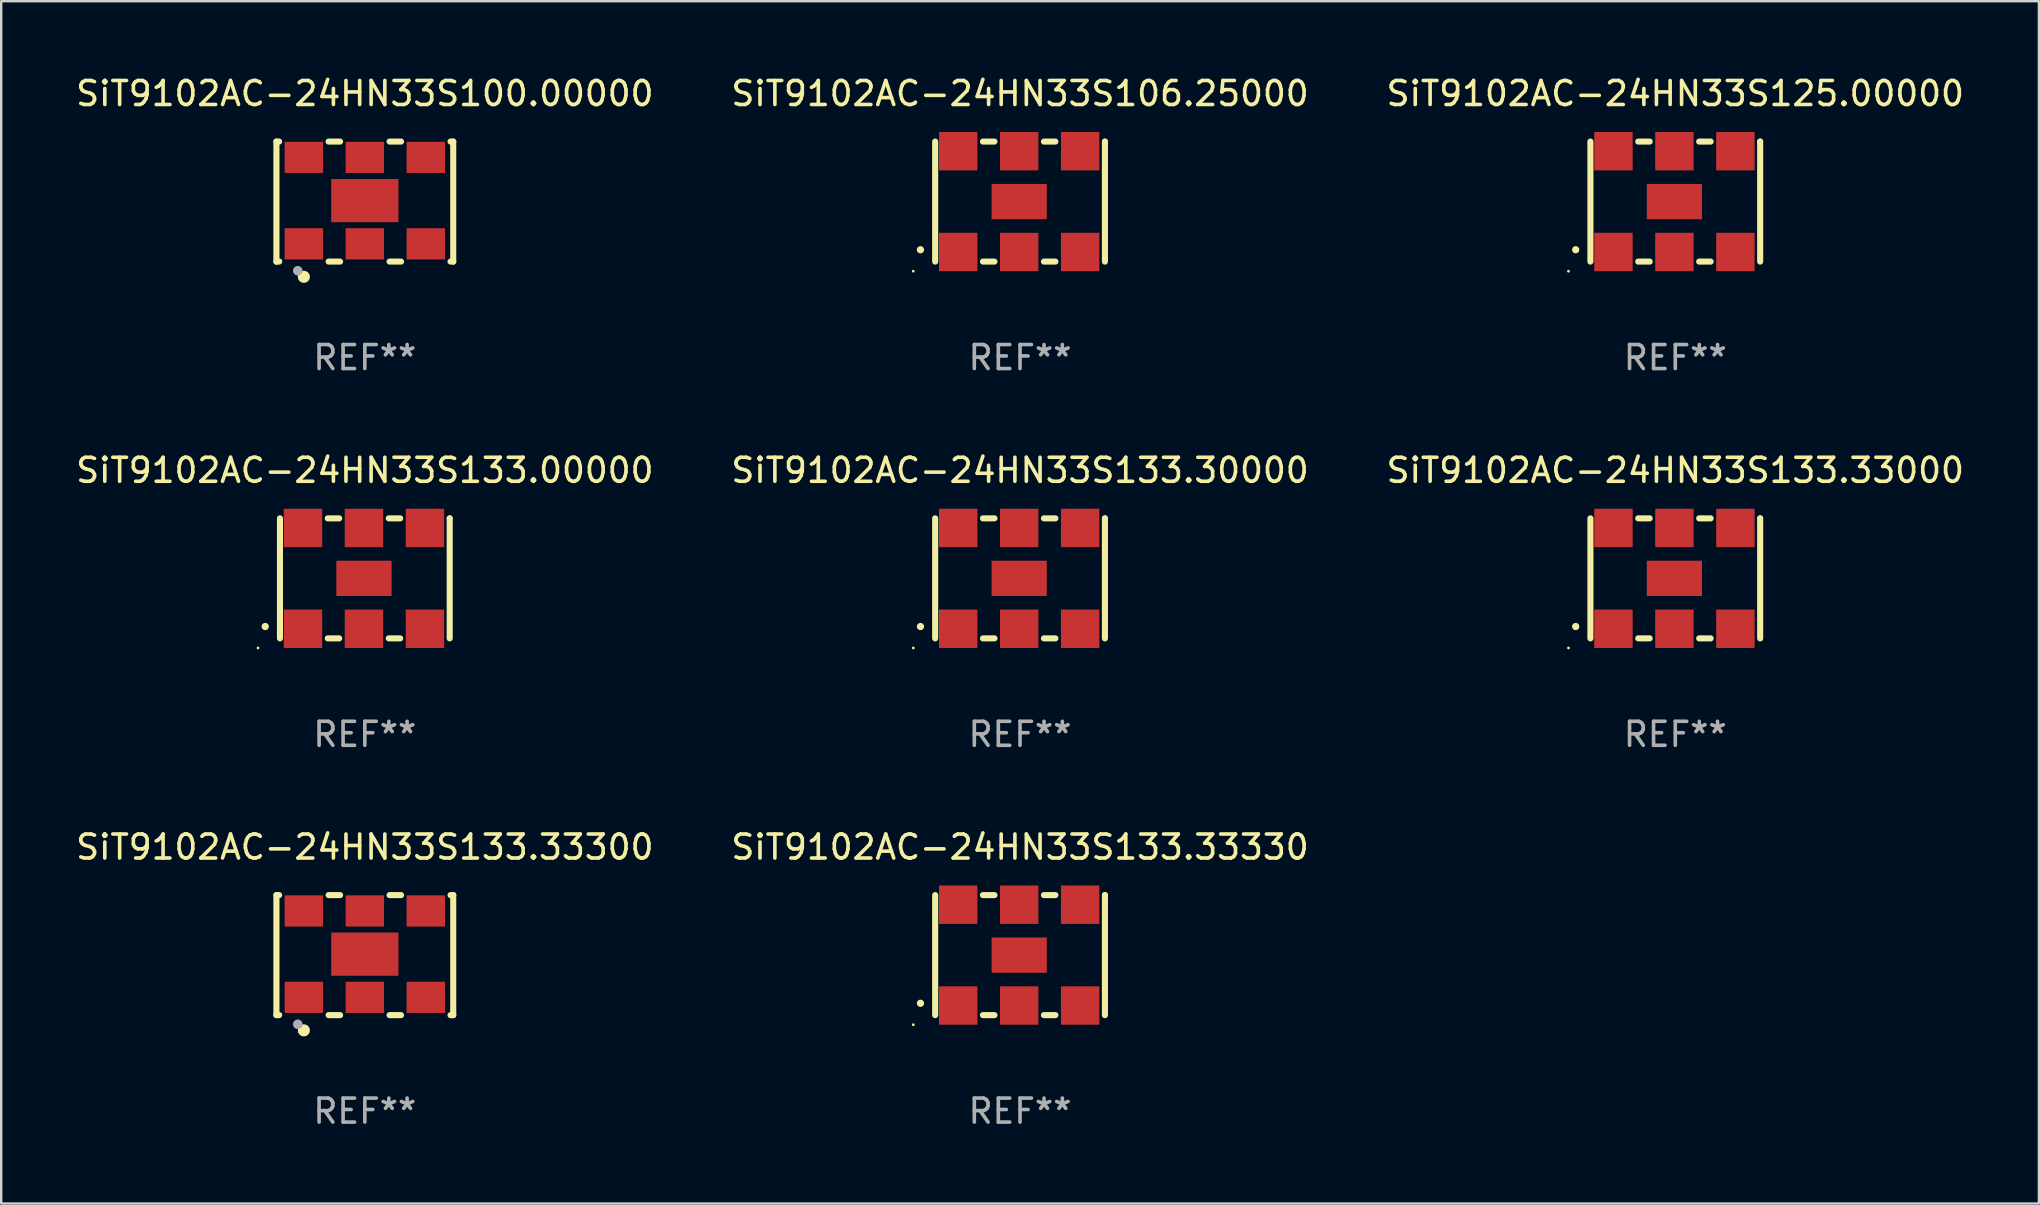
<source format=kicad_pcb>
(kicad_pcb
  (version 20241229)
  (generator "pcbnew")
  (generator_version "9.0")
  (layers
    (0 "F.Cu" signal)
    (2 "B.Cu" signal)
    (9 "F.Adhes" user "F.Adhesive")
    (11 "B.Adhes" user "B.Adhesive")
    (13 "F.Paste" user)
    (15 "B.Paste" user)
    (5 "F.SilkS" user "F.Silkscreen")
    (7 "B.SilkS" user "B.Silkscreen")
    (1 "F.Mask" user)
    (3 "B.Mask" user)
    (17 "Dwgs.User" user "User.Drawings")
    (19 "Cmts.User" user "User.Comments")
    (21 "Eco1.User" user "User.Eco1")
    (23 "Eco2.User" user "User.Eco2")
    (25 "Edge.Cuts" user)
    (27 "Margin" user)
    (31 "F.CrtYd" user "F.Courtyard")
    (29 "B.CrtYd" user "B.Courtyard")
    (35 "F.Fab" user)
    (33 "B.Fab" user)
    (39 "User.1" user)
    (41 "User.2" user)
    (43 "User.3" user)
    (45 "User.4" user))
  (footprint "SiT9102AC-24HN33S133.33330"
    (layer "F.Cu")
    (at 39.446 36.741)
    (property "Reference" "SiT9102AC-24HN33S133.33330" (at 0 -4.5 0) (layer "F.SilkS") (effects (font (size 1 1) (thickness 0.15))))
    (attr through_hole)
    (fp_line (start -3.536 -2.5) (end -3.536 2.5) (stroke (width 0.254) (type solid)) (layer "F.SilkS"))
    (fp_line (start -1.544 2.5) (end -1.067 2.5) (stroke (width 0.254) (type solid)) (layer "F.SilkS"))
    (fp_line (start -1.067 -2.5) (end -1.544 -2.5) (stroke (width 0.254) (type solid)) (layer "F.SilkS"))
    (fp_line (start 0.996 2.5) (end 1.473 2.5) (stroke (width 0.254) (type solid)) (layer "F.SilkS"))
    (fp_line (start 1.473 -2.5) (end 0.996 -2.5) (stroke (width 0.254) (type solid)) (layer "F.SilkS"))
    (fp_line (start 3.536 -2.5) (end 3.536 -2.5) (stroke (width 0.254) (type solid)) (layer "F.SilkS"))
    (fp_line (start 3.536 2.5) (end 3.536 -2.5) (stroke (width 0.254) (type solid)) (layer "F.SilkS"))
    (fp_arc (start -4.150432 2.006604) (mid -4.149162 2.006599) (end -4.147892 2.006604) (stroke (width 0.3) (type solid)) (layer "F.SilkS"))
    (fp_circle (center -4.449 2.9) (end -4.419 2.9) (stroke (width 0.06) (type solid)) (fill no) (layer "F.SilkS"))
    (fp_text user "REF**" (at 0 6.5 0) (layer "F.Fab") (effects (font (size 1 1) (thickness 0.15))))
    (pad "1" smd rect (at -2.576 2.1) (size 1.6 1.6) (layers "F.Cu" "F.Mask" "F.Paste"))
    (pad "2" smd rect (at -0.036 2.1) (size 1.6 1.6) (layers "F.Cu" "F.Mask" "F.Paste"))
    (pad "3" smd rect (at 2.504 2.1) (size 1.6 1.6) (layers "F.Cu" "F.Mask" "F.Paste"))
    (pad "4" smd rect (at 2.504 -2.1) (size 1.6 1.6) (layers "F.Cu" "F.Mask" "F.Paste"))
    (pad "5" smd rect (at -0.036 -2.1) (size 1.6 1.6) (layers "F.Cu" "F.Mask" "F.Paste"))
    (pad "6" smd rect (at -2.576 -2.1) (size 1.6 1.6) (layers "F.Cu" "F.Mask" "F.Paste"))
    (pad "7" smd rect (at -0.036 0) (size 2.3 1.47) (layers "F.Cu" "F.Mask" "F.Paste")))
  (footprint "SiT9102AC-24HN33S133.00000"
    (layer "F.Cu")
    (at 12.149 21.045)
    (property "Reference" "SiT9102AC-24HN33S133.00000" (at 0 -4.5 0) (layer "F.SilkS") (effects (font (size 1 1) (thickness 0.15))))
    (attr through_hole)
    (fp_line (start -3.536 -2.5) (end -3.536 2.5) (stroke (width 0.254) (type solid)) (layer "F.SilkS"))
    (fp_line (start -1.544 2.5) (end -1.067 2.5) (stroke (width 0.254) (type solid)) (layer "F.SilkS"))
    (fp_line (start -1.067 -2.5) (end -1.544 -2.5) (stroke (width 0.254) (type solid)) (layer "F.SilkS"))
    (fp_line (start 0.996 2.5) (end 1.473 2.5) (stroke (width 0.254) (type solid)) (layer "F.SilkS"))
    (fp_line (start 1.473 -2.5) (end 0.996 -2.5) (stroke (width 0.254) (type solid)) (layer "F.SilkS"))
    (fp_line (start 3.536 -2.5) (end 3.536 -2.5) (stroke (width 0.254) (type solid)) (layer "F.SilkS"))
    (fp_line (start 3.536 2.5) (end 3.536 -2.5) (stroke (width 0.254) (type solid)) (layer "F.SilkS"))
    (fp_arc (start -4.150432 2.006604) (mid -4.149162 2.006599) (end -4.147892 2.006604) (stroke (width 0.3) (type solid)) (layer "F.SilkS"))
    (fp_circle (center -4.449 2.9) (end -4.419 2.9) (stroke (width 0.06) (type solid)) (fill no) (layer "F.SilkS"))
    (fp_text user "REF**" (at 0 6.5 0) (layer "F.Fab") (effects (font (size 1 1) (thickness 0.15))))
    (pad "1" smd rect (at -2.576 2.1) (size 1.6 1.6) (layers "F.Cu" "F.Mask" "F.Paste"))
    (pad "2" smd rect (at -0.036 2.1) (size 1.6 1.6) (layers "F.Cu" "F.Mask" "F.Paste"))
    (pad "3" smd rect (at 2.504 2.1) (size 1.6 1.6) (layers "F.Cu" "F.Mask" "F.Paste"))
    (pad "4" smd rect (at 2.504 -2.1) (size 1.6 1.6) (layers "F.Cu" "F.Mask" "F.Paste"))
    (pad "5" smd rect (at -0.036 -2.1) (size 1.6 1.6) (layers "F.Cu" "F.Mask" "F.Paste"))
    (pad "6" smd rect (at -2.576 -2.1) (size 1.6 1.6) (layers "F.Cu" "F.Mask" "F.Paste"))
    (pad "7" smd rect (at -0.036 0) (size 2.3 1.47) (layers "F.Cu" "F.Mask" "F.Paste")))
  (footprint "SiT9102AC-24HN33S106.25000"
    (layer "F.Cu")
    (at 39.446 5.348)
    (property "Reference" "SiT9102AC-24HN33S106.25000" (at 0 -4.5 0) (layer "F.SilkS") (effects (font (size 1 1) (thickness 0.15))))
    (attr through_hole)
    (fp_line (start -3.536 -2.5) (end -3.536 2.5) (stroke (width 0.254) (type solid)) (layer "F.SilkS"))
    (fp_line (start -1.544 2.5) (end -1.067 2.5) (stroke (width 0.254) (type solid)) (layer "F.SilkS"))
    (fp_line (start -1.067 -2.5) (end -1.544 -2.5) (stroke (width 0.254) (type solid)) (layer "F.SilkS"))
    (fp_line (start 0.996 2.5) (end 1.473 2.5) (stroke (width 0.254) (type solid)) (layer "F.SilkS"))
    (fp_line (start 1.473 -2.5) (end 0.996 -2.5) (stroke (width 0.254) (type solid)) (layer "F.SilkS"))
    (fp_line (start 3.536 -2.5) (end 3.536 -2.5) (stroke (width 0.254) (type solid)) (layer "F.SilkS"))
    (fp_line (start 3.536 2.5) (end 3.536 -2.5) (stroke (width 0.254) (type solid)) (layer "F.SilkS"))
    (fp_arc (start -4.150432 2.006604) (mid -4.149162 2.006599) (end -4.147892 2.006604) (stroke (width 0.3) (type solid)) (layer "F.SilkS"))
    (fp_circle (center -4.449 2.9) (end -4.419 2.9) (stroke (width 0.06) (type solid)) (fill no) (layer "F.SilkS"))
    (fp_text user "REF**" (at 0 6.5 0) (layer "F.Fab") (effects (font (size 1 1) (thickness 0.15))))
    (pad "1" smd rect (at -2.576 2.1) (size 1.6 1.6) (layers "F.Cu" "F.Mask" "F.Paste"))
    (pad "2" smd rect (at -0.036 2.1) (size 1.6 1.6) (layers "F.Cu" "F.Mask" "F.Paste"))
    (pad "3" smd rect (at 2.504 2.1) (size 1.6 1.6) (layers "F.Cu" "F.Mask" "F.Paste"))
    (pad "4" smd rect (at 2.504 -2.1) (size 1.6 1.6) (layers "F.Cu" "F.Mask" "F.Paste"))
    (pad "5" smd rect (at -0.036 -2.1) (size 1.6 1.6) (layers "F.Cu" "F.Mask" "F.Paste"))
    (pad "6" smd rect (at -2.576 -2.1) (size 1.6 1.6) (layers "F.Cu" "F.Mask" "F.Paste"))
    (pad "7" smd rect (at -0.036 0) (size 2.3 1.47) (layers "F.Cu" "F.Mask" "F.Paste")))
  (footprint "SiT9102AC-24HN33S133.30000"
    (layer "F.Cu")
    (at 39.446 21.045)
    (property "Reference" "SiT9102AC-24HN33S133.30000" (at 0 -4.5 0) (layer "F.SilkS") (effects (font (size 1 1) (thickness 0.15))))
    (attr through_hole)
    (fp_line (start -3.536 -2.5) (end -3.536 2.5) (stroke (width 0.254) (type solid)) (layer "F.SilkS"))
    (fp_line (start -1.544 2.5) (end -1.067 2.5) (stroke (width 0.254) (type solid)) (layer "F.SilkS"))
    (fp_line (start -1.067 -2.5) (end -1.544 -2.5) (stroke (width 0.254) (type solid)) (layer "F.SilkS"))
    (fp_line (start 0.996 2.5) (end 1.473 2.5) (stroke (width 0.254) (type solid)) (layer "F.SilkS"))
    (fp_line (start 1.473 -2.5) (end 0.996 -2.5) (stroke (width 0.254) (type solid)) (layer "F.SilkS"))
    (fp_line (start 3.536 -2.5) (end 3.536 -2.5) (stroke (width 0.254) (type solid)) (layer "F.SilkS"))
    (fp_line (start 3.536 2.5) (end 3.536 -2.5) (stroke (width 0.254) (type solid)) (layer "F.SilkS"))
    (fp_arc (start -4.150432 2.006604) (mid -4.149162 2.006599) (end -4.147892 2.006604) (stroke (width 0.3) (type solid)) (layer "F.SilkS"))
    (fp_circle (center -4.449 2.9) (end -4.419 2.9) (stroke (width 0.06) (type solid)) (fill no) (layer "F.SilkS"))
    (fp_text user "REF**" (at 0 6.5 0) (layer "F.Fab") (effects (font (size 1 1) (thickness 0.15))))
    (pad "1" smd rect (at -2.576 2.1) (size 1.6 1.6) (layers "F.Cu" "F.Mask" "F.Paste"))
    (pad "2" smd rect (at -0.036 2.1) (size 1.6 1.6) (layers "F.Cu" "F.Mask" "F.Paste"))
    (pad "3" smd rect (at 2.504 2.1) (size 1.6 1.6) (layers "F.Cu" "F.Mask" "F.Paste"))
    (pad "4" smd rect (at 2.504 -2.1) (size 1.6 1.6) (layers "F.Cu" "F.Mask" "F.Paste"))
    (pad "5" smd rect (at -0.036 -2.1) (size 1.6 1.6) (layers "F.Cu" "F.Mask" "F.Paste"))
    (pad "6" smd rect (at -2.576 -2.1) (size 1.6 1.6) (layers "F.Cu" "F.Mask" "F.Paste"))
    (pad "7" smd rect (at -0.036 0) (size 2.3 1.47) (layers "F.Cu" "F.Mask" "F.Paste")))
  (footprint "SiT9102AC-24HN33S125.00000"
    (layer "F.Cu")
    (at 66.744 5.348)
    (property "Reference" "SiT9102AC-24HN33S125.00000" (at 0 -4.5 0) (layer "F.SilkS") (effects (font (size 1 1) (thickness 0.15))))
    (attr through_hole)
    (fp_line (start -3.536 -2.5) (end -3.536 2.5) (stroke (width 0.254) (type solid)) (layer "F.SilkS"))
    (fp_line (start -1.544 2.5) (end -1.067 2.5) (stroke (width 0.254) (type solid)) (layer "F.SilkS"))
    (fp_line (start -1.067 -2.5) (end -1.544 -2.5) (stroke (width 0.254) (type solid)) (layer "F.SilkS"))
    (fp_line (start 0.996 2.5) (end 1.473 2.5) (stroke (width 0.254) (type solid)) (layer "F.SilkS"))
    (fp_line (start 1.473 -2.5) (end 0.996 -2.5) (stroke (width 0.254) (type solid)) (layer "F.SilkS"))
    (fp_line (start 3.536 -2.5) (end 3.536 -2.5) (stroke (width 0.254) (type solid)) (layer "F.SilkS"))
    (fp_line (start 3.536 2.5) (end 3.536 -2.5) (stroke (width 0.254) (type solid)) (layer "F.SilkS"))
    (fp_arc (start -4.150432 2.006604) (mid -4.149162 2.006599) (end -4.147892 2.006604) (stroke (width 0.3) (type solid)) (layer "F.SilkS"))
    (fp_circle (center -4.449 2.9) (end -4.419 2.9) (stroke (width 0.06) (type solid)) (fill no) (layer "F.SilkS"))
    (fp_text user "REF**" (at 0 6.5 0) (layer "F.Fab") (effects (font (size 1 1) (thickness 0.15))))
    (pad "1" smd rect (at -2.576 2.1) (size 1.6 1.6) (layers "F.Cu" "F.Mask" "F.Paste"))
    (pad "2" smd rect (at -0.036 2.1) (size 1.6 1.6) (layers "F.Cu" "F.Mask" "F.Paste"))
    (pad "3" smd rect (at 2.504 2.1) (size 1.6 1.6) (layers "F.Cu" "F.Mask" "F.Paste"))
    (pad "4" smd rect (at 2.504 -2.1) (size 1.6 1.6) (layers "F.Cu" "F.Mask" "F.Paste"))
    (pad "5" smd rect (at -0.036 -2.1) (size 1.6 1.6) (layers "F.Cu" "F.Mask" "F.Paste"))
    (pad "6" smd rect (at -2.576 -2.1) (size 1.6 1.6) (layers "F.Cu" "F.Mask" "F.Paste"))
    (pad "7" smd rect (at -0.036 0) (size 2.3 1.47) (layers "F.Cu" "F.Mask" "F.Paste")))
  (footprint "SiT9102AC-24HN33S100.00000"
    (layer "F.Cu")
    (at 12.149 5.348)
    (property "Reference" "SiT9102AC-24HN33S100.00000" (at 0 -4.5 0) (layer "F.SilkS") (effects (font (size 1 1) (thickness 0.15))))
    (attr through_hole)
    (fp_line (start -3.683 -2.5) (end -3.571 -2.5) (stroke (width 0.254) (type solid)) (layer "F.SilkS"))
    (fp_line (start -3.683 2.5) (end -3.683 -2.5) (stroke (width 0.254) (type solid)) (layer "F.SilkS"))
    (fp_line (start -3.683 2.5) (end -3.571 2.5) (stroke (width 0.254) (type solid)) (layer "F.SilkS"))
    (fp_line (start -1.509 -2.5) (end -1.031 -2.5) (stroke (width 0.254) (type solid)) (layer "F.SilkS"))
    (fp_line (start -1.509 2.5) (end -1.031 2.5) (stroke (width 0.254) (type solid)) (layer "F.SilkS"))
    (fp_line (start 1.031 -2.5) (end 1.509 -2.5) (stroke (width 0.254) (type solid)) (layer "F.SilkS"))
    (fp_line (start 1.031 2.5) (end 1.509 2.5) (stroke (width 0.254) (type solid)) (layer "F.SilkS"))
    (fp_line (start 3.571 -2.5) (end 3.683 -2.5) (stroke (width 0.254) (type solid)) (layer "F.SilkS"))
    (fp_line (start 3.571 2.5) (end 3.683 2.5) (stroke (width 0.254) (type solid)) (layer "F.SilkS"))
    (fp_line (start 3.683 2.5) (end 3.683 -2.5) (stroke (width 0.254) (type solid)) (layer "F.SilkS"))
    (fp_circle (center -3.5 2.46) (end -3.47 2.46) (stroke (width 0.06) (type solid)) (fill no) (layer "F.SilkS"))
    (fp_circle (center -2.54 3.135) (end -2.413 3.135) (stroke (width 0.254) (type solid)) (fill no) (layer "F.SilkS"))
    (fp_circle (center -2.794 2.881) (end -2.694 2.881) (stroke (width 0.2) (type solid)) (fill no) (layer "F.Fab"))
    (fp_text user "REF**" (at 0 6.5 0) (layer "F.Fab") (effects (font (size 1 1) (thickness 0.15))))
    (pad "1" smd rect (at -2.54 1.76) (size 1.6 1.3) (layers "F.Cu" "F.Mask" "F.Paste"))
    (pad "2" smd rect (at 0 1.76) (size 1.6 1.3) (layers "F.Cu" "F.Mask" "F.Paste"))
    (pad "3" smd rect (at 2.54 1.76) (size 1.6 1.3) (layers "F.Cu" "F.Mask" "F.Paste"))
    (pad "4" smd rect (at 2.54 -1.84) (size 1.6 1.3) (layers "F.Cu" "F.Mask" "F.Paste"))
    (pad "5" smd rect (at 0 -1.84) (size 1.6 1.3) (layers "F.Cu" "F.Mask" "F.Paste"))
    (pad "6" smd rect (at -2.54 -1.84) (size 1.6 1.3) (layers "F.Cu" "F.Mask" "F.Paste"))
    (pad "7" smd rect (at 0 -0.04) (size 2.8 1.8) (layers "F.Cu" "F.Mask" "F.Paste")))
  (footprint "SiT9102AC-24HN33S133.33000"
    (layer "F.Cu")
    (at 66.744 21.045)
    (property "Reference" "SiT9102AC-24HN33S133.33000" (at 0 -4.5 0) (layer "F.SilkS") (effects (font (size 1 1) (thickness 0.15))))
    (attr through_hole)
    (fp_line (start -3.536 -2.5) (end -3.536 2.5) (stroke (width 0.254) (type solid)) (layer "F.SilkS"))
    (fp_line (start -1.544 2.5) (end -1.067 2.5) (stroke (width 0.254) (type solid)) (layer "F.SilkS"))
    (fp_line (start -1.067 -2.5) (end -1.544 -2.5) (stroke (width 0.254) (type solid)) (layer "F.SilkS"))
    (fp_line (start 0.996 2.5) (end 1.473 2.5) (stroke (width 0.254) (type solid)) (layer "F.SilkS"))
    (fp_line (start 1.473 -2.5) (end 0.996 -2.5) (stroke (width 0.254) (type solid)) (layer "F.SilkS"))
    (fp_line (start 3.536 -2.5) (end 3.536 -2.5) (stroke (width 0.254) (type solid)) (layer "F.SilkS"))
    (fp_line (start 3.536 2.5) (end 3.536 -2.5) (stroke (width 0.254) (type solid)) (layer "F.SilkS"))
    (fp_arc (start -4.150432 2.006604) (mid -4.149162 2.006599) (end -4.147892 2.006604) (stroke (width 0.3) (type solid)) (layer "F.SilkS"))
    (fp_circle (center -4.449 2.9) (end -4.419 2.9) (stroke (width 0.06) (type solid)) (fill no) (layer "F.SilkS"))
    (fp_text user "REF**" (at 0 6.5 0) (layer "F.Fab") (effects (font (size 1 1) (thickness 0.15))))
    (pad "1" smd rect (at -2.576 2.1) (size 1.6 1.6) (layers "F.Cu" "F.Mask" "F.Paste"))
    (pad "2" smd rect (at -0.036 2.1) (size 1.6 1.6) (layers "F.Cu" "F.Mask" "F.Paste"))
    (pad "3" smd rect (at 2.504 2.1) (size 1.6 1.6) (layers "F.Cu" "F.Mask" "F.Paste"))
    (pad "4" smd rect (at 2.504 -2.1) (size 1.6 1.6) (layers "F.Cu" "F.Mask" "F.Paste"))
    (pad "5" smd rect (at -0.036 -2.1) (size 1.6 1.6) (layers "F.Cu" "F.Mask" "F.Paste"))
    (pad "6" smd rect (at -2.576 -2.1) (size 1.6 1.6) (layers "F.Cu" "F.Mask" "F.Paste"))
    (pad "7" smd rect (at -0.036 0) (size 2.3 1.47) (layers "F.Cu" "F.Mask" "F.Paste")))
  (footprint "SiT9102AC-24HN33S133.33300"
    (layer "F.Cu")
    (at 12.149 36.741)
    (property "Reference" "SiT9102AC-24HN33S133.33300" (at 0 -4.5 0) (layer "F.SilkS") (effects (font (size 1 1) (thickness 0.15))))
    (attr through_hole)
    (fp_line (start -3.683 -2.5) (end -3.571 -2.5) (stroke (width 0.254) (type solid)) (layer "F.SilkS"))
    (fp_line (start -3.683 2.5) (end -3.683 -2.5) (stroke (width 0.254) (type solid)) (layer "F.SilkS"))
    (fp_line (start -3.683 2.5) (end -3.571 2.5) (stroke (width 0.254) (type solid)) (layer "F.SilkS"))
    (fp_line (start -1.509 -2.5) (end -1.031 -2.5) (stroke (width 0.254) (type solid)) (layer "F.SilkS"))
    (fp_line (start -1.509 2.5) (end -1.031 2.5) (stroke (width 0.254) (type solid)) (layer "F.SilkS"))
    (fp_line (start 1.031 -2.5) (end 1.509 -2.5) (stroke (width 0.254) (type solid)) (layer "F.SilkS"))
    (fp_line (start 1.031 2.5) (end 1.509 2.5) (stroke (width 0.254) (type solid)) (layer "F.SilkS"))
    (fp_line (start 3.571 -2.5) (end 3.683 -2.5) (stroke (width 0.254) (type solid)) (layer "F.SilkS"))
    (fp_line (start 3.571 2.5) (end 3.683 2.5) (stroke (width 0.254) (type solid)) (layer "F.SilkS"))
    (fp_line (start 3.683 2.5) (end 3.683 -2.5) (stroke (width 0.254) (type solid)) (layer "F.SilkS"))
    (fp_circle (center -3.5 2.46) (end -3.47 2.46) (stroke (width 0.06) (type solid)) (fill no) (layer "F.SilkS"))
    (fp_circle (center -2.54 3.135) (end -2.413 3.135) (stroke (width 0.254) (type solid)) (fill no) (layer "F.SilkS"))
    (fp_circle (center -2.794 2.881) (end -2.694 2.881) (stroke (width 0.2) (type solid)) (fill no) (layer "F.Fab"))
    (fp_text user "REF**" (at 0 6.5 0) (layer "F.Fab") (effects (font (size 1 1) (thickness 0.15))))
    (pad "1" smd rect (at -2.54 1.76) (size 1.6 1.3) (layers "F.Cu" "F.Mask" "F.Paste"))
    (pad "2" smd rect (at 0 1.76) (size 1.6 1.3) (layers "F.Cu" "F.Mask" "F.Paste"))
    (pad "3" smd rect (at 2.54 1.76) (size 1.6 1.3) (layers "F.Cu" "F.Mask" "F.Paste"))
    (pad "4" smd rect (at 2.54 -1.84) (size 1.6 1.3) (layers "F.Cu" "F.Mask" "F.Paste"))
    (pad "5" smd rect (at 0 -1.84) (size 1.6 1.3) (layers "F.Cu" "F.Mask" "F.Paste"))
    (pad "6" smd rect (at -2.54 -1.84) (size 1.6 1.3) (layers "F.Cu" "F.Mask" "F.Paste"))
    (pad "7" smd rect (at 0 -0.04) (size 2.8 1.8) (layers "F.Cu" "F.Mask" "F.Paste")))
  (gr_rect
    (start -3 -3)
    (end 81.893 47.09)
    (stroke (width 0.1) (type default))
    (fill no)
    (layer "Edge.Cuts")))
</source>
